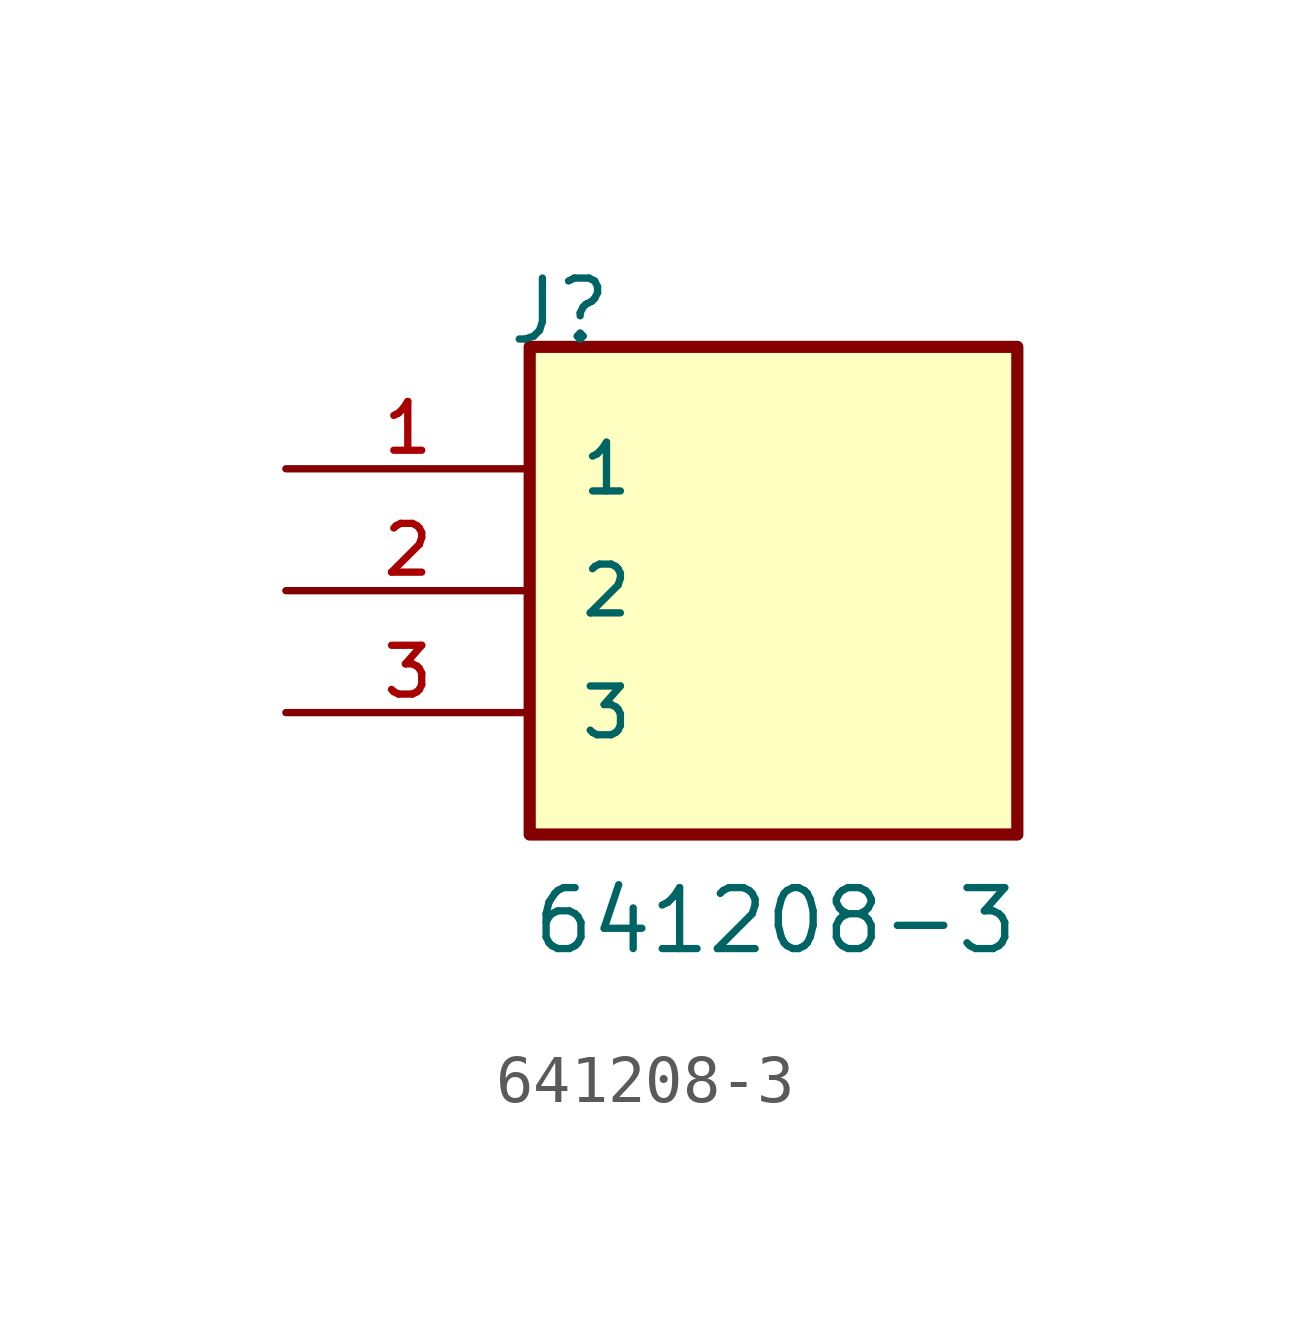
<source format=kicad_sym>
(kicad_symbol_lib
  (version 20211014)
  (generator kicad_symbol_editor)
  (symbol "641208-3"
    (pin_names
      (offset 1.016))
    (property "Reference" "J"
      (at -5.58 5.08 0)
      (effects (font (size 1.27 1.27)) (justify bottom left)))
    (property "Value" "641208-3"
      (at -5.08 -7.62 0)
      (effects (font (size 1.27 1.27)) (justify bottom left)))
    (symbol "641208-3_0_0"
      (rectangle (start -5.08 -5.08) (end 5.08 5.08) (stroke (width 0.254)) (fill (type background)))
      (pin passive line (at -10.16 2.54 0) (length 5.08) (name "1" (effects (font (size 1.016 1.016)))) (number "1" (effects (font (size 1.016 1.016)))))
      (pin passive line (at -10.16 0.0 0) (length 5.08) (name "2" (effects (font (size 1.016 1.016)))) (number "2" (effects (font (size 1.016 1.016)))))
      (pin passive line (at -10.16 -2.54 0) (length 5.08) (name "3" (effects (font (size 1.016 1.016)))) (number "3" (effects (font (size 1.016 1.016))))))))
</source>
